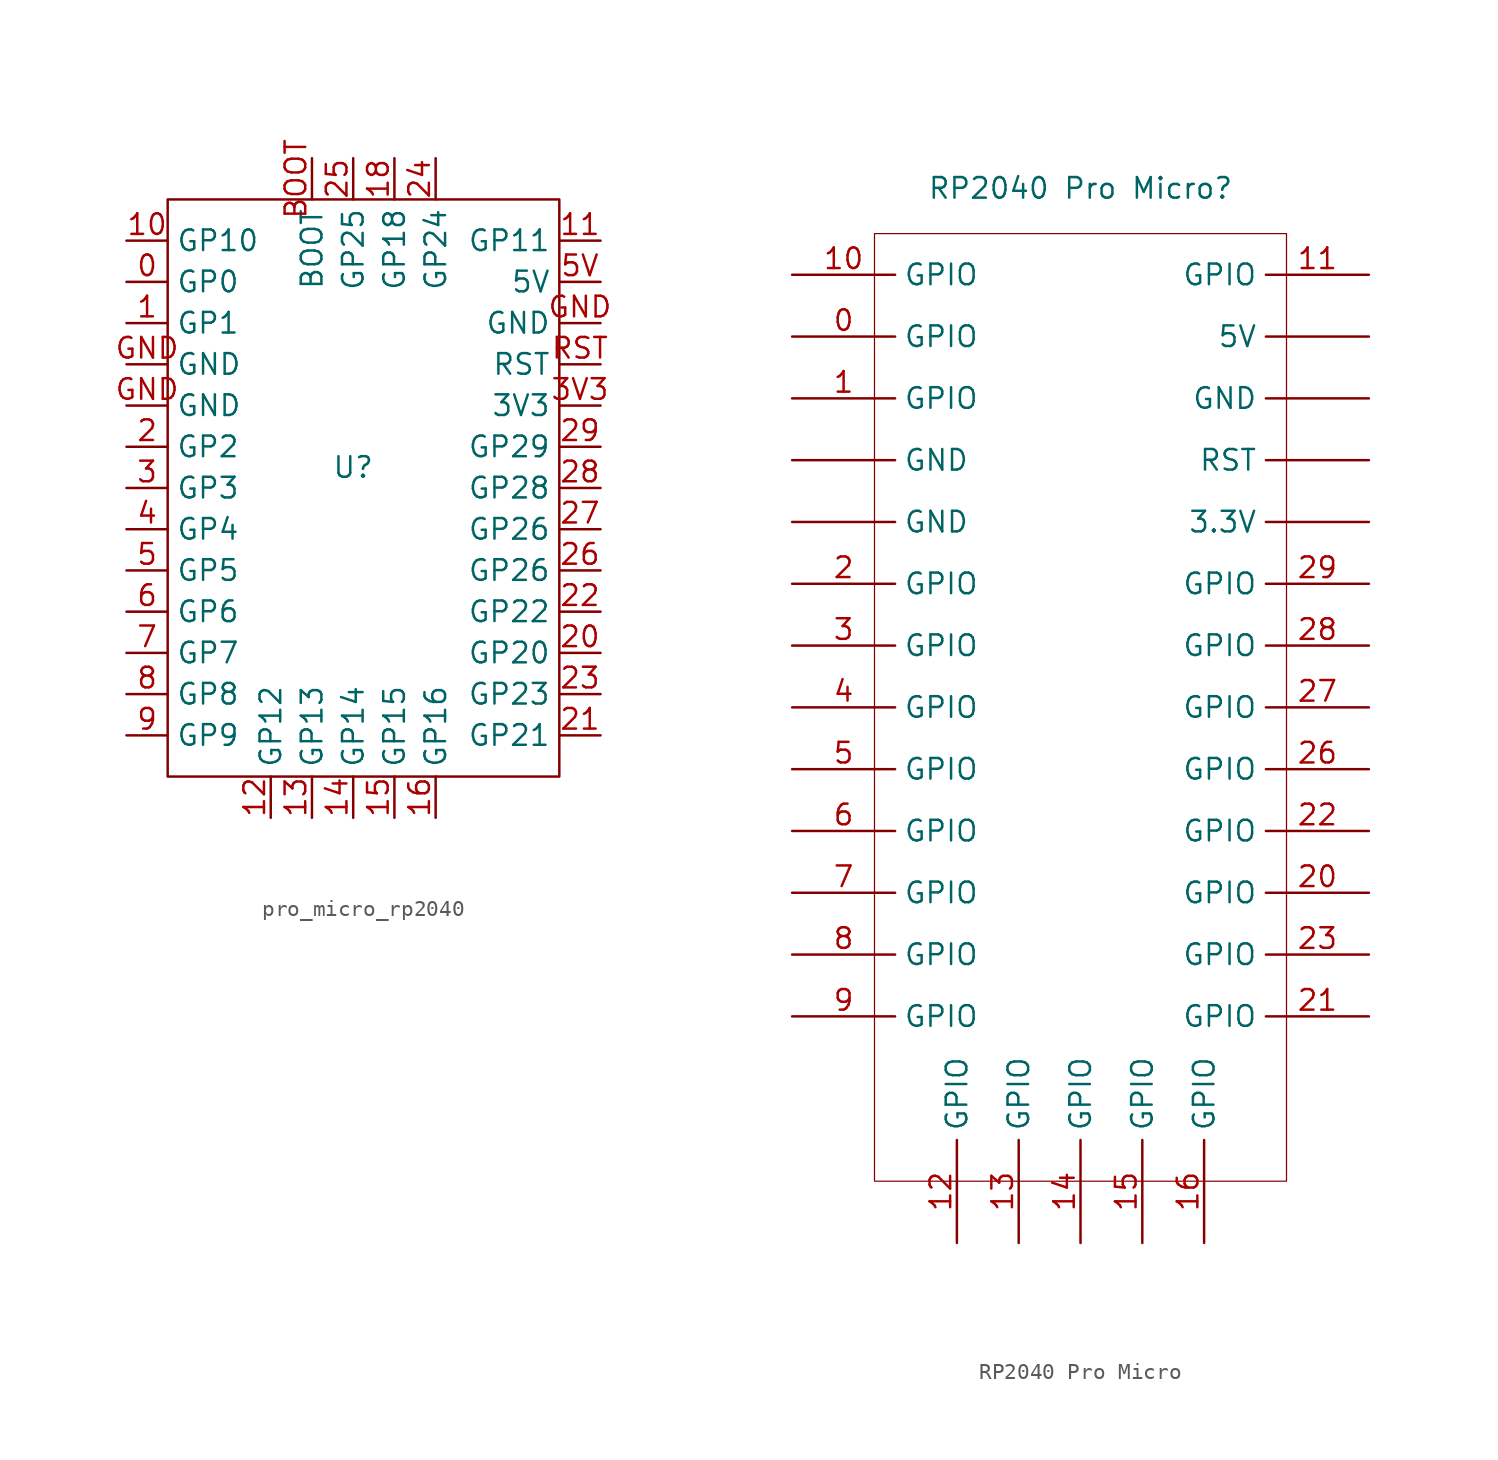
<source format=kicad_sym>
(kicad_symbol_lib
  (version 20241209)
  (generator "kicad_symbol_editor")
  (generator_version "9.0")
  (symbol "pro_micro_rp2040"
    (property "Reference" "U"
      (at 0 1.27 0)
      (effects (font (size 1.27 1.27))))
    (property "Value" ""
      (at 11.43 21.59 0)
      (effects (font (size 1.27 1.27))))
    (symbol "pro_micro_rp2040_0_1"
      (rectangle (start -11.43 17.78) (end 12.7 -17.78) (stroke (width 0) (type default)) (fill (type none))))
    (symbol "pro_micro_rp2040_1_1"
      (pin bidirectional line (at -13.97 15.24 0) (length 2.54) (name "GP10" (effects (font (size 1.27 1.27)))) (number "10" (effects (font (size 1.27 1.27)))))
      (pin bidirectional line (at -13.97 12.7 0) (length 2.54) (name "GP0" (effects (font (size 1.27 1.27)))) (number "0" (effects (font (size 1.27 1.27)))))
      (pin bidirectional line (at -13.97 10.16 0) (length 2.54) (name "GP1" (effects (font (size 1.27 1.27)))) (number "1" (effects (font (size 1.27 1.27)))))
      (pin unspecified line (at -13.97 7.62 0) (length 2.54) (name "GND" (effects (font (size 1.27 1.27)))) (number "GND" (effects (font (size 1.27 1.27)))))
      (pin unspecified line (at -13.97 5.08 0) (length 2.54) (name "GND" (effects (font (size 1.27 1.27)))) (number "GND" (effects (font (size 1.27 1.27)))))
      (pin bidirectional line (at -13.97 2.54 0) (length 2.54) (name "GP2" (effects (font (size 1.27 1.27)))) (number "2" (effects (font (size 1.27 1.27)))))
      (pin bidirectional line (at -13.97 0 0) (length 2.54) (name "GP3" (effects (font (size 1.27 1.27)))) (number "3" (effects (font (size 1.27 1.27)))))
      (pin bidirectional line (at -13.97 -2.54 0) (length 2.54) (name "GP4" (effects (font (size 1.27 1.27)))) (number "4" (effects (font (size 1.27 1.27)))))
      (pin bidirectional line (at -13.97 -5.08 0) (length 2.54) (name "GP5" (effects (font (size 1.27 1.27)))) (number "5" (effects (font (size 1.27 1.27)))))
      (pin bidirectional line (at -13.97 -7.62 0) (length 2.54) (name "GP6" (effects (font (size 1.27 1.27)))) (number "6" (effects (font (size 1.27 1.27)))))
      (pin bidirectional line (at -13.97 -10.16 0) (length 2.54) (name "GP7" (effects (font (size 1.27 1.27)))) (number "7" (effects (font (size 1.27 1.27)))))
      (pin bidirectional line (at -13.97 -12.7 0) (length 2.54) (name "GP8" (effects (font (size 1.27 1.27)))) (number "8" (effects (font (size 1.27 1.27)))))
      (pin bidirectional line (at -13.97 -15.24 0) (length 2.54) (name "GP9" (effects (font (size 1.27 1.27)))) (number "9" (effects (font (size 1.27 1.27)))))
      (pin bidirectional line (at -5.08 -20.32 90) (length 2.54) (name "GP12" (effects (font (size 1.27 1.27)))) (number "12" (effects (font (size 1.27 1.27)))))
      (pin unspecified line (at -2.54 20.32 270) (length 2.54) (name "BOOT" (effects (font (size 1.27 1.27)))) (number "BOOT" (effects (font (size 1.27 1.27)))))
      (pin bidirectional line (at -2.54 -20.32 90) (length 2.54) (name "GP13" (effects (font (size 1.27 1.27)))) (number "13" (effects (font (size 1.27 1.27)))))
      (pin unspecified line (at 0 20.32 270) (length 2.54) (name "GP25" (effects (font (size 1.27 1.27)))) (number "25" (effects (font (size 1.27 1.27)))))
      (pin bidirectional line (at 0 -20.32 90) (length 2.54) (name "GP14" (effects (font (size 1.27 1.27)))) (number "14" (effects (font (size 1.27 1.27)))))
      (pin unspecified line (at 2.54 20.32 270) (length 2.54) (name "GP18" (effects (font (size 1.27 1.27)))) (number "18" (effects (font (size 1.27 1.27)))))
      (pin bidirectional line (at 2.54 -20.32 90) (length 2.54) (name "GP15" (effects (font (size 1.27 1.27)))) (number "15" (effects (font (size 1.27 1.27)))))
      (pin unspecified line (at 5.08 20.32 270) (length 2.54) (name "GP24" (effects (font (size 1.27 1.27)))) (number "24" (effects (font (size 1.27 1.27)))))
      (pin bidirectional line (at 5.08 -20.32 90) (length 2.54) (name "GP16" (effects (font (size 1.27 1.27)))) (number "16" (effects (font (size 1.27 1.27)))))
      (pin bidirectional line (at 15.24 15.24 180) (length 2.54) (name "GP11" (effects (font (size 1.27 1.27)))) (number "11" (effects (font (size 1.27 1.27)))))
      (pin unspecified line (at 15.24 12.7 180) (length 2.54) (name "5V" (effects (font (size 1.27 1.27)))) (number "5V" (effects (font (size 1.27 1.27)))))
      (pin unspecified line (at 15.24 10.16 180) (length 2.54) (name "GND" (effects (font (size 1.27 1.27)))) (number "GND" (effects (font (size 1.27 1.27)))))
      (pin unspecified line (at 15.24 7.62 180) (length 2.54) (name "RST" (effects (font (size 1.27 1.27)))) (number "RST" (effects (font (size 1.27 1.27)))))
      (pin unspecified line (at 15.24 5.08 180) (length 2.54) (name "3V3" (effects (font (size 1.27 1.27)))) (number "3V3" (effects (font (size 1.27 1.27)))))
      (pin bidirectional line (at 15.24 2.54 180) (length 2.54) (name "GP29" (effects (font (size 1.27 1.27)))) (number "29" (effects (font (size 1.27 1.27)))))
      (pin bidirectional line (at 15.24 0 180) (length 2.54) (name "GP28" (effects (font (size 1.27 1.27)))) (number "28" (effects (font (size 1.27 1.27)))))
      (pin bidirectional line (at 15.24 -2.54 180) (length 2.54) (name "GP26" (effects (font (size 1.27 1.27)))) (number "27" (effects (font (size 1.27 1.27)))))
      (pin bidirectional line (at 15.24 -5.08 180) (length 2.54) (name "GP26" (effects (font (size 1.27 1.27)))) (number "26" (effects (font (size 1.27 1.27)))))
      (pin bidirectional line (at 15.24 -7.62 180) (length 2.54) (name "GP22" (effects (font (size 1.27 1.27)))) (number "22" (effects (font (size 1.27 1.27)))))
      (pin bidirectional line (at 15.24 -10.16 180) (length 2.54) (name "GP20" (effects (font (size 1.27 1.27)))) (number "20" (effects (font (size 1.27 1.27)))))
      (pin bidirectional line (at 15.24 -12.7 180) (length 2.54) (name "GP23" (effects (font (size 1.27 1.27)))) (number "23" (effects (font (size 1.27 1.27)))))
      (pin bidirectional line (at 15.24 -15.24 180) (length 2.54) (name "GP21" (effects (font (size 1.27 1.27)))) (number "21" (effects (font (size 1.27 1.27)))))))
  (symbol "RP2040 Pro Micro"
    (property "Reference" "RP2040 Pro Micro"
      (at 0 35.814 0)
      (effects (font (size 1.27 1.27))))
    (property "Value" ""
      (at 0 0 0)
      (effects (font (size 1.27 1.27))))
    (symbol "RP2040 Pro Micro_1_1"
      (rectangle (start -12.7 33.02) (end 12.7 -25.4) (stroke (width 0.076) (type solid)) (fill (type none)))
      (pin bidirectional line (at -17.78 30.48 0) (length 6.35) (name "GPIO" (effects (font (size 1.27 1.27)))) (number "10" (effects (font (size 1.27 1.27)))))
      (pin bidirectional line (at -17.78 26.67 0) (length 6.35) (name "GPIO" (effects (font (size 1.27 1.27)))) (number "0" (effects (font (size 1.27 1.27)))))
      (pin bidirectional line (at -17.78 22.86 0) (length 6.35) (name "GPIO" (effects (font (size 1.27 1.27)))) (number "1" (effects (font (size 1.27 1.27)))))
      (pin output line (at -17.78 19.05 0) (length 6.35) (name "GND" (effects (font (size 1.27 1.27)))) (number "" (effects (font (size 1.27 1.27)))))
      (pin output line (at -17.78 15.24 0) (length 6.35) (name "GND" (effects (font (size 1.27 1.27)))) (number "" (effects (font (size 1.27 1.27)))))
      (pin bidirectional line (at -17.78 11.43 0) (length 6.35) (name "GPIO" (effects (font (size 1.27 1.27)))) (number "2" (effects (font (size 1.27 1.27)))))
      (pin bidirectional line (at -17.78 7.62 0) (length 6.35) (name "GPIO" (effects (font (size 1.27 1.27)))) (number "3" (effects (font (size 1.27 1.27)))))
      (pin bidirectional line (at -17.78 3.81 0) (length 6.35) (name "GPIO" (effects (font (size 1.27 1.27)))) (number "4" (effects (font (size 1.27 1.27)))))
      (pin bidirectional line (at -17.78 0 0) (length 6.35) (name "GPIO" (effects (font (size 1.27 1.27)))) (number "5" (effects (font (size 1.27 1.27)))))
      (pin bidirectional line (at -17.78 -3.81 0) (length 6.35) (name "GPIO" (effects (font (size 1.27 1.27)))) (number "6" (effects (font (size 1.27 1.27)))))
      (pin bidirectional line (at -17.78 -7.62 0) (length 6.35) (name "GPIO" (effects (font (size 1.27 1.27)))) (number "7" (effects (font (size 1.27 1.27)))))
      (pin bidirectional line (at -17.78 -11.43 0) (length 6.35) (name "GPIO" (effects (font (size 1.27 1.27)))) (number "8" (effects (font (size 1.27 1.27)))))
      (pin bidirectional line (at -17.78 -15.24 0) (length 6.35) (name "GPIO" (effects (font (size 1.27 1.27)))) (number "9" (effects (font (size 1.27 1.27)))))
      (pin bidirectional line (at -7.62 -29.21 90) (length 6.35) (name "GPIO" (effects (font (size 1.27 1.27)))) (number "12" (effects (font (size 1.27 1.27)))))
      (pin bidirectional line (at -3.81 -29.21 90) (length 6.35) (name "GPIO" (effects (font (size 1.27 1.27)))) (number "13" (effects (font (size 1.27 1.27)))))
      (pin bidirectional line (at 0 -29.21 90) (length 6.35) (name "GPIO" (effects (font (size 1.27 1.27)))) (number "14" (effects (font (size 1.27 1.27)))))
      (pin bidirectional line (at 3.81 -29.21 90) (length 6.35) (name "GPIO" (effects (font (size 1.27 1.27)))) (number "15" (effects (font (size 1.27 1.27)))))
      (pin bidirectional line (at 7.62 -29.21 90) (length 6.35) (name "GPIO" (effects (font (size 1.27 1.27)))) (number "16" (effects (font (size 1.27 1.27)))))
      (pin bidirectional line (at 17.78 30.48 180) (length 6.35) (name "GPIO" (effects (font (size 1.27 1.27)))) (number "11" (effects (font (size 1.27 1.27)))))
      (pin output line (at 17.78 26.67 180) (length 6.35) (name "5V" (effects (font (size 1.27 1.27)))) (number "" (effects (font (size 1.27 1.27)))))
      (pin output line (at 17.78 22.86 180) (length 6.35) (name "GND" (effects (font (size 1.27 1.27)))) (number "" (effects (font (size 1.27 1.27)))))
      (pin output line (at 17.78 19.05 180) (length 6.35) (name "RST" (effects (font (size 1.27 1.27)))) (number "" (effects (font (size 1.27 1.27)))))
      (pin output line (at 17.78 15.24 180) (length 6.35) (name "3.3V" (effects (font (size 1.27 1.27)))) (number "" (effects (font (size 1.27 1.27)))))
      (pin bidirectional line (at 17.78 11.43 180) (length 6.35) (name "GPIO" (effects (font (size 1.27 1.27)))) (number "29" (effects (font (size 1.27 1.27)))))
      (pin bidirectional line (at 17.78 7.62 180) (length 6.35) (name "GPIO" (effects (font (size 1.27 1.27)))) (number "28" (effects (font (size 1.27 1.27)))))
      (pin bidirectional line (at 17.78 3.81 180) (length 6.35) (name "GPIO" (effects (font (size 1.27 1.27)))) (number "27" (effects (font (size 1.27 1.27)))))
      (pin bidirectional line (at 17.78 0 180) (length 6.35) (name "GPIO" (effects (font (size 1.27 1.27)))) (number "26" (effects (font (size 1.27 1.27)))))
      (pin bidirectional line (at 17.78 -3.81 180) (length 6.35) (name "GPIO" (effects (font (size 1.27 1.27)))) (number "22" (effects (font (size 1.27 1.27)))))
      (pin bidirectional line (at 17.78 -7.62 180) (length 6.35) (name "GPIO" (effects (font (size 1.27 1.27)))) (number "20" (effects (font (size 1.27 1.27)))))
      (pin bidirectional line (at 17.78 -11.43 180) (length 6.35) (name "GPIO" (effects (font (size 1.27 1.27)))) (number "23" (effects (font (size 1.27 1.27)))))
      (pin bidirectional line (at 17.78 -15.24 180) (length 6.35) (name "GPIO" (effects (font (size 1.27 1.27)))) (number "21" (effects (font (size 1.27 1.27))))))))
</source>
